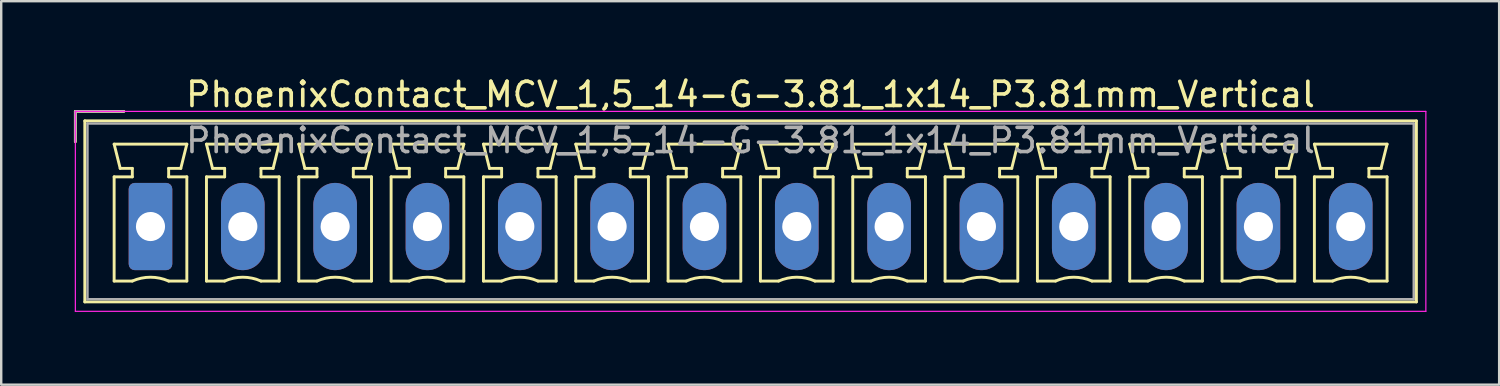
<source format=kicad_pcb>
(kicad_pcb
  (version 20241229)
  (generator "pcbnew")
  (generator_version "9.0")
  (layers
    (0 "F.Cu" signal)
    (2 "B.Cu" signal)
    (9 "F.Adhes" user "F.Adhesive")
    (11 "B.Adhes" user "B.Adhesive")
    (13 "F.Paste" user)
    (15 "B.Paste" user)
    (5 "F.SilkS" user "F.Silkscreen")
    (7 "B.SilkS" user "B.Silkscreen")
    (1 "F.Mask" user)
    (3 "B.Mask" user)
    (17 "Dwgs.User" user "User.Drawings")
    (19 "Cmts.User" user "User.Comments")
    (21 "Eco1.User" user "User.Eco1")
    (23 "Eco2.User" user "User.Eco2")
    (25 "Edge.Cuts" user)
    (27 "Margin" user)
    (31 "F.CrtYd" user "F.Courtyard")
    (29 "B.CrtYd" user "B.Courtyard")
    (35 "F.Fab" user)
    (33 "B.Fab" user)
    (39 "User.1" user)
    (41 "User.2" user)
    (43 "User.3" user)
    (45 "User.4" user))
  (footprint "PhoenixContact_MCV_1,5_14-G-3.81_1x14_P3.81mm_Vertical"
    (layer "F.Cu")
    (at 3.16 6.298)
    (property "Reference" "PhoenixContact_MCV_1,5_14-G-3.81_1x14_P3.81mm_Vertical" (at 24.76 -5.45 0) (layer "F.SilkS") (effects (font (size 1 1) (thickness 0.15))))
    (attr through_hole)
    (fp_line (start -3.1 -4.75) (end -1.1 -4.75) (stroke (width 0.12) (type solid)) (layer "F.SilkS"))
    (fp_line (start -3.1 -3.5) (end -3.1 -4.75) (stroke (width 0.12) (type solid)) (layer "F.SilkS"))
    (fp_line (start -2.71 -4.36) (end -2.71 3.11) (stroke (width 0.12) (type solid)) (layer "F.SilkS"))
    (fp_line (start -2.71 3.11) (end 52.24 3.11) (stroke (width 0.12) (type solid)) (layer "F.SilkS"))
    (fp_line (start -1.5 -3.4) (end 1.5 -3.4) (stroke (width 0.12) (type solid)) (layer "F.SilkS"))
    (fp_line (start -1.5 -2.05) (end -0.75 -2.05) (stroke (width 0.12) (type solid)) (layer "F.SilkS"))
    (fp_line (start -1.5 2.25) (end -1.5 -2.05) (stroke (width 0.12) (type solid)) (layer "F.SilkS"))
    (fp_line (start -1.25 -2.4) (end -1.5 -3.4) (stroke (width 0.12) (type solid)) (layer "F.SilkS"))
    (fp_line (start -0.75 -2.4) (end -1.25 -2.4) (stroke (width 0.12) (type solid)) (layer "F.SilkS"))
    (fp_line (start -0.75 -2.05) (end -0.75 -2.4) (stroke (width 0.12) (type solid)) (layer "F.SilkS"))
    (fp_line (start -0.75 2.25) (end -1.5 2.25) (stroke (width 0.12) (type solid)) (layer "F.SilkS"))
    (fp_line (start 0.75 -2.4) (end 0.75 -2.05) (stroke (width 0.12) (type solid)) (layer "F.SilkS"))
    (fp_line (start 0.75 -2.05) (end 1.5 -2.05) (stroke (width 0.12) (type solid)) (layer "F.SilkS"))
    (fp_line (start 1.25 -2.4) (end 0.75 -2.4) (stroke (width 0.12) (type solid)) (layer "F.SilkS"))
    (fp_line (start 1.5 -3.4) (end 1.25 -2.4) (stroke (width 0.12) (type solid)) (layer "F.SilkS"))
    (fp_line (start 1.5 -2.05) (end 1.5 2.25) (stroke (width 0.12) (type solid)) (layer "F.SilkS"))
    (fp_line (start 1.5 2.25) (end 0.75 2.25) (stroke (width 0.12) (type solid)) (layer "F.SilkS"))
    (fp_line (start 2.31 -3.4) (end 5.31 -3.4) (stroke (width 0.12) (type solid)) (layer "F.SilkS"))
    (fp_line (start 2.31 -2.05) (end 3.06 -2.05) (stroke (width 0.12) (type solid)) (layer "F.SilkS"))
    (fp_line (start 2.31 2.25) (end 2.31 -2.05) (stroke (width 0.12) (type solid)) (layer "F.SilkS"))
    (fp_line (start 2.56 -2.4) (end 2.31 -3.4) (stroke (width 0.12) (type solid)) (layer "F.SilkS"))
    (fp_line (start 3.06 -2.4) (end 2.56 -2.4) (stroke (width 0.12) (type solid)) (layer "F.SilkS"))
    (fp_line (start 3.06 -2.05) (end 3.06 -2.4) (stroke (width 0.12) (type solid)) (layer "F.SilkS"))
    (fp_line (start 3.06 2.25) (end 2.31 2.25) (stroke (width 0.12) (type solid)) (layer "F.SilkS"))
    (fp_line (start 4.56 -2.4) (end 4.56 -2.05) (stroke (width 0.12) (type solid)) (layer "F.SilkS"))
    (fp_line (start 4.56 -2.05) (end 5.31 -2.05) (stroke (width 0.12) (type solid)) (layer "F.SilkS"))
    (fp_line (start 5.06 -2.4) (end 4.56 -2.4) (stroke (width 0.12) (type solid)) (layer "F.SilkS"))
    (fp_line (start 5.31 -3.4) (end 5.06 -2.4) (stroke (width 0.12) (type solid)) (layer "F.SilkS"))
    (fp_line (start 5.31 -2.05) (end 5.31 2.25) (stroke (width 0.12) (type solid)) (layer "F.SilkS"))
    (fp_line (start 5.31 2.25) (end 4.56 2.25) (stroke (width 0.12) (type solid)) (layer "F.SilkS"))
    (fp_line (start 6.12 -3.4) (end 9.12 -3.4) (stroke (width 0.12) (type solid)) (layer "F.SilkS"))
    (fp_line (start 6.12 -2.05) (end 6.87 -2.05) (stroke (width 0.12) (type solid)) (layer "F.SilkS"))
    (fp_line (start 6.12 2.25) (end 6.12 -2.05) (stroke (width 0.12) (type solid)) (layer "F.SilkS"))
    (fp_line (start 6.37 -2.4) (end 6.12 -3.4) (stroke (width 0.12) (type solid)) (layer "F.SilkS"))
    (fp_line (start 6.87 -2.4) (end 6.37 -2.4) (stroke (width 0.12) (type solid)) (layer "F.SilkS"))
    (fp_line (start 6.87 -2.05) (end 6.87 -2.4) (stroke (width 0.12) (type solid)) (layer "F.SilkS"))
    (fp_line (start 6.87 2.25) (end 6.12 2.25) (stroke (width 0.12) (type solid)) (layer "F.SilkS"))
    (fp_line (start 8.37 -2.4) (end 8.37 -2.05) (stroke (width 0.12) (type solid)) (layer "F.SilkS"))
    (fp_line (start 8.37 -2.05) (end 9.12 -2.05) (stroke (width 0.12) (type solid)) (layer "F.SilkS"))
    (fp_line (start 8.87 -2.4) (end 8.37 -2.4) (stroke (width 0.12) (type solid)) (layer "F.SilkS"))
    (fp_line (start 9.12 -3.4) (end 8.87 -2.4) (stroke (width 0.12) (type solid)) (layer "F.SilkS"))
    (fp_line (start 9.12 -2.05) (end 9.12 2.25) (stroke (width 0.12) (type solid)) (layer "F.SilkS"))
    (fp_line (start 9.12 2.25) (end 8.37 2.25) (stroke (width 0.12) (type solid)) (layer "F.SilkS"))
    (fp_line (start 9.93 -3.4) (end 12.93 -3.4) (stroke (width 0.12) (type solid)) (layer "F.SilkS"))
    (fp_line (start 9.93 -2.05) (end 10.68 -2.05) (stroke (width 0.12) (type solid)) (layer "F.SilkS"))
    (fp_line (start 9.93 2.25) (end 9.93 -2.05) (stroke (width 0.12) (type solid)) (layer "F.SilkS"))
    (fp_line (start 10.18 -2.4) (end 9.93 -3.4) (stroke (width 0.12) (type solid)) (layer "F.SilkS"))
    (fp_line (start 10.68 -2.4) (end 10.18 -2.4) (stroke (width 0.12) (type solid)) (layer "F.SilkS"))
    (fp_line (start 10.68 -2.05) (end 10.68 -2.4) (stroke (width 0.12) (type solid)) (layer "F.SilkS"))
    (fp_line (start 10.68 2.25) (end 9.93 2.25) (stroke (width 0.12) (type solid)) (layer "F.SilkS"))
    (fp_line (start 12.18 -2.4) (end 12.18 -2.05) (stroke (width 0.12) (type solid)) (layer "F.SilkS"))
    (fp_line (start 12.18 -2.05) (end 12.93 -2.05) (stroke (width 0.12) (type solid)) (layer "F.SilkS"))
    (fp_line (start 12.68 -2.4) (end 12.18 -2.4) (stroke (width 0.12) (type solid)) (layer "F.SilkS"))
    (fp_line (start 12.93 -3.4) (end 12.68 -2.4) (stroke (width 0.12) (type solid)) (layer "F.SilkS"))
    (fp_line (start 12.93 -2.05) (end 12.93 2.25) (stroke (width 0.12) (type solid)) (layer "F.SilkS"))
    (fp_line (start 12.93 2.25) (end 12.18 2.25) (stroke (width 0.12) (type solid)) (layer "F.SilkS"))
    (fp_line (start 13.74 -3.4) (end 16.74 -3.4) (stroke (width 0.12) (type solid)) (layer "F.SilkS"))
    (fp_line (start 13.74 -2.05) (end 14.49 -2.05) (stroke (width 0.12) (type solid)) (layer "F.SilkS"))
    (fp_line (start 13.74 2.25) (end 13.74 -2.05) (stroke (width 0.12) (type solid)) (layer "F.SilkS"))
    (fp_line (start 13.99 -2.4) (end 13.74 -3.4) (stroke (width 0.12) (type solid)) (layer "F.SilkS"))
    (fp_line (start 14.49 -2.4) (end 13.99 -2.4) (stroke (width 0.12) (type solid)) (layer "F.SilkS"))
    (fp_line (start 14.49 -2.05) (end 14.49 -2.4) (stroke (width 0.12) (type solid)) (layer "F.SilkS"))
    (fp_line (start 14.49 2.25) (end 13.74 2.25) (stroke (width 0.12) (type solid)) (layer "F.SilkS"))
    (fp_line (start 15.99 -2.4) (end 15.99 -2.05) (stroke (width 0.12) (type solid)) (layer "F.SilkS"))
    (fp_line (start 15.99 -2.05) (end 16.74 -2.05) (stroke (width 0.12) (type solid)) (layer "F.SilkS"))
    (fp_line (start 16.49 -2.4) (end 15.99 -2.4) (stroke (width 0.12) (type solid)) (layer "F.SilkS"))
    (fp_line (start 16.74 -3.4) (end 16.49 -2.4) (stroke (width 0.12) (type solid)) (layer "F.SilkS"))
    (fp_line (start 16.74 -2.05) (end 16.74 2.25) (stroke (width 0.12) (type solid)) (layer "F.SilkS"))
    (fp_line (start 16.74 2.25) (end 15.99 2.25) (stroke (width 0.12) (type solid)) (layer "F.SilkS"))
    (fp_line (start 17.55 -3.4) (end 20.55 -3.4) (stroke (width 0.12) (type solid)) (layer "F.SilkS"))
    (fp_line (start 17.55 -2.05) (end 18.3 -2.05) (stroke (width 0.12) (type solid)) (layer "F.SilkS"))
    (fp_line (start 17.55 2.25) (end 17.55 -2.05) (stroke (width 0.12) (type solid)) (layer "F.SilkS"))
    (fp_line (start 17.8 -2.4) (end 17.55 -3.4) (stroke (width 0.12) (type solid)) (layer "F.SilkS"))
    (fp_line (start 18.3 -2.4) (end 17.8 -2.4) (stroke (width 0.12) (type solid)) (layer "F.SilkS"))
    (fp_line (start 18.3 -2.05) (end 18.3 -2.4) (stroke (width 0.12) (type solid)) (layer "F.SilkS"))
    (fp_line (start 18.3 2.25) (end 17.55 2.25) (stroke (width 0.12) (type solid)) (layer "F.SilkS"))
    (fp_line (start 19.8 -2.4) (end 19.8 -2.05) (stroke (width 0.12) (type solid)) (layer "F.SilkS"))
    (fp_line (start 19.8 -2.05) (end 20.55 -2.05) (stroke (width 0.12) (type solid)) (layer "F.SilkS"))
    (fp_line (start 20.3 -2.4) (end 19.8 -2.4) (stroke (width 0.12) (type solid)) (layer "F.SilkS"))
    (fp_line (start 20.55 -3.4) (end 20.3 -2.4) (stroke (width 0.12) (type solid)) (layer "F.SilkS"))
    (fp_line (start 20.55 -2.05) (end 20.55 2.25) (stroke (width 0.12) (type solid)) (layer "F.SilkS"))
    (fp_line (start 20.55 2.25) (end 19.8 2.25) (stroke (width 0.12) (type solid)) (layer "F.SilkS"))
    (fp_line (start 21.36 -3.4) (end 24.36 -3.4) (stroke (width 0.12) (type solid)) (layer "F.SilkS"))
    (fp_line (start 21.36 -2.05) (end 22.11 -2.05) (stroke (width 0.12) (type solid)) (layer "F.SilkS"))
    (fp_line (start 21.36 2.25) (end 21.36 -2.05) (stroke (width 0.12) (type solid)) (layer "F.SilkS"))
    (fp_line (start 21.61 -2.4) (end 21.36 -3.4) (stroke (width 0.12) (type solid)) (layer "F.SilkS"))
    (fp_line (start 22.11 -2.4) (end 21.61 -2.4) (stroke (width 0.12) (type solid)) (layer "F.SilkS"))
    (fp_line (start 22.11 -2.05) (end 22.11 -2.4) (stroke (width 0.12) (type solid)) (layer "F.SilkS"))
    (fp_line (start 22.11 2.25) (end 21.36 2.25) (stroke (width 0.12) (type solid)) (layer "F.SilkS"))
    (fp_line (start 23.61 -2.4) (end 23.61 -2.05) (stroke (width 0.12) (type solid)) (layer "F.SilkS"))
    (fp_line (start 23.61 -2.05) (end 24.36 -2.05) (stroke (width 0.12) (type solid)) (layer "F.SilkS"))
    (fp_line (start 24.11 -2.4) (end 23.61 -2.4) (stroke (width 0.12) (type solid)) (layer "F.SilkS"))
    (fp_line (start 24.36 -3.4) (end 24.11 -2.4) (stroke (width 0.12) (type solid)) (layer "F.SilkS"))
    (fp_line (start 24.36 -2.05) (end 24.36 2.25) (stroke (width 0.12) (type solid)) (layer "F.SilkS"))
    (fp_line (start 24.36 2.25) (end 23.61 2.25) (stroke (width 0.12) (type solid)) (layer "F.SilkS"))
    (fp_line (start 25.17 -3.4) (end 28.17 -3.4) (stroke (width 0.12) (type solid)) (layer "F.SilkS"))
    (fp_line (start 25.17 -2.05) (end 25.92 -2.05) (stroke (width 0.12) (type solid)) (layer "F.SilkS"))
    (fp_line (start 25.17 2.25) (end 25.17 -2.05) (stroke (width 0.12) (type solid)) (layer "F.SilkS"))
    (fp_line (start 25.42 -2.4) (end 25.17 -3.4) (stroke (width 0.12) (type solid)) (layer "F.SilkS"))
    (fp_line (start 25.92 -2.4) (end 25.42 -2.4) (stroke (width 0.12) (type solid)) (layer "F.SilkS"))
    (fp_line (start 25.92 -2.05) (end 25.92 -2.4) (stroke (width 0.12) (type solid)) (layer "F.SilkS"))
    (fp_line (start 25.92 2.25) (end 25.17 2.25) (stroke (width 0.12) (type solid)) (layer "F.SilkS"))
    (fp_line (start 27.42 -2.4) (end 27.42 -2.05) (stroke (width 0.12) (type solid)) (layer "F.SilkS"))
    (fp_line (start 27.42 -2.05) (end 28.17 -2.05) (stroke (width 0.12) (type solid)) (layer "F.SilkS"))
    (fp_line (start 27.92 -2.4) (end 27.42 -2.4) (stroke (width 0.12) (type solid)) (layer "F.SilkS"))
    (fp_line (start 28.17 -3.4) (end 27.92 -2.4) (stroke (width 0.12) (type solid)) (layer "F.SilkS"))
    (fp_line (start 28.17 -2.05) (end 28.17 2.25) (stroke (width 0.12) (type solid)) (layer "F.SilkS"))
    (fp_line (start 28.17 2.25) (end 27.42 2.25) (stroke (width 0.12) (type solid)) (layer "F.SilkS"))
    (fp_line (start 28.98 -3.4) (end 31.98 -3.4) (stroke (width 0.12) (type solid)) (layer "F.SilkS"))
    (fp_line (start 28.98 -2.05) (end 29.73 -2.05) (stroke (width 0.12) (type solid)) (layer "F.SilkS"))
    (fp_line (start 28.98 2.25) (end 28.98 -2.05) (stroke (width 0.12) (type solid)) (layer "F.SilkS"))
    (fp_line (start 29.23 -2.4) (end 28.98 -3.4) (stroke (width 0.12) (type solid)) (layer "F.SilkS"))
    (fp_line (start 29.73 -2.4) (end 29.23 -2.4) (stroke (width 0.12) (type solid)) (layer "F.SilkS"))
    (fp_line (start 29.73 -2.05) (end 29.73 -2.4) (stroke (width 0.12) (type solid)) (layer "F.SilkS"))
    (fp_line (start 29.73 2.25) (end 28.98 2.25) (stroke (width 0.12) (type solid)) (layer "F.SilkS"))
    (fp_line (start 31.23 -2.4) (end 31.23 -2.05) (stroke (width 0.12) (type solid)) (layer "F.SilkS"))
    (fp_line (start 31.23 -2.05) (end 31.98 -2.05) (stroke (width 0.12) (type solid)) (layer "F.SilkS"))
    (fp_line (start 31.73 -2.4) (end 31.23 -2.4) (stroke (width 0.12) (type solid)) (layer "F.SilkS"))
    (fp_line (start 31.98 -3.4) (end 31.73 -2.4) (stroke (width 0.12) (type solid)) (layer "F.SilkS"))
    (fp_line (start 31.98 -2.05) (end 31.98 2.25) (stroke (width 0.12) (type solid)) (layer "F.SilkS"))
    (fp_line (start 31.98 2.25) (end 31.23 2.25) (stroke (width 0.12) (type solid)) (layer "F.SilkS"))
    (fp_line (start 32.79 -3.4) (end 35.79 -3.4) (stroke (width 0.12) (type solid)) (layer "F.SilkS"))
    (fp_line (start 32.79 -2.05) (end 33.54 -2.05) (stroke (width 0.12) (type solid)) (layer "F.SilkS"))
    (fp_line (start 32.79 2.25) (end 32.79 -2.05) (stroke (width 0.12) (type solid)) (layer "F.SilkS"))
    (fp_line (start 33.04 -2.4) (end 32.79 -3.4) (stroke (width 0.12) (type solid)) (layer "F.SilkS"))
    (fp_line (start 33.54 -2.4) (end 33.04 -2.4) (stroke (width 0.12) (type solid)) (layer "F.SilkS"))
    (fp_line (start 33.54 -2.05) (end 33.54 -2.4) (stroke (width 0.12) (type solid)) (layer "F.SilkS"))
    (fp_line (start 33.54 2.25) (end 32.79 2.25) (stroke (width 0.12) (type solid)) (layer "F.SilkS"))
    (fp_line (start 35.04 -2.4) (end 35.04 -2.05) (stroke (width 0.12) (type solid)) (layer "F.SilkS"))
    (fp_line (start 35.04 -2.05) (end 35.79 -2.05) (stroke (width 0.12) (type solid)) (layer "F.SilkS"))
    (fp_line (start 35.54 -2.4) (end 35.04 -2.4) (stroke (width 0.12) (type solid)) (layer "F.SilkS"))
    (fp_line (start 35.79 -3.4) (end 35.54 -2.4) (stroke (width 0.12) (type solid)) (layer "F.SilkS"))
    (fp_line (start 35.79 -2.05) (end 35.79 2.25) (stroke (width 0.12) (type solid)) (layer "F.SilkS"))
    (fp_line (start 35.79 2.25) (end 35.04 2.25) (stroke (width 0.12) (type solid)) (layer "F.SilkS"))
    (fp_line (start 36.6 -3.4) (end 39.6 -3.4) (stroke (width 0.12) (type solid)) (layer "F.SilkS"))
    (fp_line (start 36.6 -2.05) (end 37.35 -2.05) (stroke (width 0.12) (type solid)) (layer "F.SilkS"))
    (fp_line (start 36.6 2.25) (end 36.6 -2.05) (stroke (width 0.12) (type solid)) (layer "F.SilkS"))
    (fp_line (start 36.85 -2.4) (end 36.6 -3.4) (stroke (width 0.12) (type solid)) (layer "F.SilkS"))
    (fp_line (start 37.35 -2.4) (end 36.85 -2.4) (stroke (width 0.12) (type solid)) (layer "F.SilkS"))
    (fp_line (start 37.35 -2.05) (end 37.35 -2.4) (stroke (width 0.12) (type solid)) (layer "F.SilkS"))
    (fp_line (start 37.35 2.25) (end 36.6 2.25) (stroke (width 0.12) (type solid)) (layer "F.SilkS"))
    (fp_line (start 38.85 -2.4) (end 38.85 -2.05) (stroke (width 0.12) (type solid)) (layer "F.SilkS"))
    (fp_line (start 38.85 -2.05) (end 39.6 -2.05) (stroke (width 0.12) (type solid)) (layer "F.SilkS"))
    (fp_line (start 39.35 -2.4) (end 38.85 -2.4) (stroke (width 0.12) (type solid)) (layer "F.SilkS"))
    (fp_line (start 39.6 -3.4) (end 39.35 -2.4) (stroke (width 0.12) (type solid)) (layer "F.SilkS"))
    (fp_line (start 39.6 -2.05) (end 39.6 2.25) (stroke (width 0.12) (type solid)) (layer "F.SilkS"))
    (fp_line (start 39.6 2.25) (end 38.85 2.25) (stroke (width 0.12) (type solid)) (layer "F.SilkS"))
    (fp_line (start 40.41 -3.4) (end 43.41 -3.4) (stroke (width 0.12) (type solid)) (layer "F.SilkS"))
    (fp_line (start 40.41 -2.05) (end 41.16 -2.05) (stroke (width 0.12) (type solid)) (layer "F.SilkS"))
    (fp_line (start 40.41 2.25) (end 40.41 -2.05) (stroke (width 0.12) (type solid)) (layer "F.SilkS"))
    (fp_line (start 40.66 -2.4) (end 40.41 -3.4) (stroke (width 0.12) (type solid)) (layer "F.SilkS"))
    (fp_line (start 41.16 -2.4) (end 40.66 -2.4) (stroke (width 0.12) (type solid)) (layer "F.SilkS"))
    (fp_line (start 41.16 -2.05) (end 41.16 -2.4) (stroke (width 0.12) (type solid)) (layer "F.SilkS"))
    (fp_line (start 41.16 2.25) (end 40.41 2.25) (stroke (width 0.12) (type solid)) (layer "F.SilkS"))
    (fp_line (start 42.66 -2.4) (end 42.66 -2.05) (stroke (width 0.12) (type solid)) (layer "F.SilkS"))
    (fp_line (start 42.66 -2.05) (end 43.41 -2.05) (stroke (width 0.12) (type solid)) (layer "F.SilkS"))
    (fp_line (start 43.16 -2.4) (end 42.66 -2.4) (stroke (width 0.12) (type solid)) (layer "F.SilkS"))
    (fp_line (start 43.41 -3.4) (end 43.16 -2.4) (stroke (width 0.12) (type solid)) (layer "F.SilkS"))
    (fp_line (start 43.41 -2.05) (end 43.41 2.25) (stroke (width 0.12) (type solid)) (layer "F.SilkS"))
    (fp_line (start 43.41 2.25) (end 42.66 2.25) (stroke (width 0.12) (type solid)) (layer "F.SilkS"))
    (fp_line (start 44.22 -3.4) (end 47.22 -3.4) (stroke (width 0.12) (type solid)) (layer "F.SilkS"))
    (fp_line (start 44.22 -2.05) (end 44.97 -2.05) (stroke (width 0.12) (type solid)) (layer "F.SilkS"))
    (fp_line (start 44.22 2.25) (end 44.22 -2.05) (stroke (width 0.12) (type solid)) (layer "F.SilkS"))
    (fp_line (start 44.47 -2.4) (end 44.22 -3.4) (stroke (width 0.12) (type solid)) (layer "F.SilkS"))
    (fp_line (start 44.97 -2.4) (end 44.47 -2.4) (stroke (width 0.12) (type solid)) (layer "F.SilkS"))
    (fp_line (start 44.97 -2.05) (end 44.97 -2.4) (stroke (width 0.12) (type solid)) (layer "F.SilkS"))
    (fp_line (start 44.97 2.25) (end 44.22 2.25) (stroke (width 0.12) (type solid)) (layer "F.SilkS"))
    (fp_line (start 46.47 -2.4) (end 46.47 -2.05) (stroke (width 0.12) (type solid)) (layer "F.SilkS"))
    (fp_line (start 46.47 -2.05) (end 47.22 -2.05) (stroke (width 0.12) (type solid)) (layer "F.SilkS"))
    (fp_line (start 46.97 -2.4) (end 46.47 -2.4) (stroke (width 0.12) (type solid)) (layer "F.SilkS"))
    (fp_line (start 47.22 -3.4) (end 46.97 -2.4) (stroke (width 0.12) (type solid)) (layer "F.SilkS"))
    (fp_line (start 47.22 -2.05) (end 47.22 2.25) (stroke (width 0.12) (type solid)) (layer "F.SilkS"))
    (fp_line (start 47.22 2.25) (end 46.47 2.25) (stroke (width 0.12) (type solid)) (layer "F.SilkS"))
    (fp_line (start 48.03 -3.4) (end 51.03 -3.4) (stroke (width 0.12) (type solid)) (layer "F.SilkS"))
    (fp_line (start 48.03 -2.05) (end 48.78 -2.05) (stroke (width 0.12) (type solid)) (layer "F.SilkS"))
    (fp_line (start 48.03 2.25) (end 48.03 -2.05) (stroke (width 0.12) (type solid)) (layer "F.SilkS"))
    (fp_line (start 48.28 -2.4) (end 48.03 -3.4) (stroke (width 0.12) (type solid)) (layer "F.SilkS"))
    (fp_line (start 48.78 -2.4) (end 48.28 -2.4) (stroke (width 0.12) (type solid)) (layer "F.SilkS"))
    (fp_line (start 48.78 -2.05) (end 48.78 -2.4) (stroke (width 0.12) (type solid)) (layer "F.SilkS"))
    (fp_line (start 48.78 2.25) (end 48.03 2.25) (stroke (width 0.12) (type solid)) (layer "F.SilkS"))
    (fp_line (start 50.28 -2.4) (end 50.28 -2.05) (stroke (width 0.12) (type solid)) (layer "F.SilkS"))
    (fp_line (start 50.28 -2.05) (end 51.03 -2.05) (stroke (width 0.12) (type solid)) (layer "F.SilkS"))
    (fp_line (start 50.78 -2.4) (end 50.28 -2.4) (stroke (width 0.12) (type solid)) (layer "F.SilkS"))
    (fp_line (start 51.03 -3.4) (end 50.78 -2.4) (stroke (width 0.12) (type solid)) (layer "F.SilkS"))
    (fp_line (start 51.03 -2.05) (end 51.03 2.25) (stroke (width 0.12) (type solid)) (layer "F.SilkS"))
    (fp_line (start 51.03 2.25) (end 50.28 2.25) (stroke (width 0.12) (type solid)) (layer "F.SilkS"))
    (fp_line (start 52.24 -4.36) (end -2.71 -4.36) (stroke (width 0.12) (type solid)) (layer "F.SilkS"))
    (fp_line (start 52.24 3.11) (end 52.24 -4.36) (stroke (width 0.12) (type solid)) (layer "F.SilkS"))
    (fp_arc (start -0.75 2.25) (mid -0.000193 2.09191) (end 0.749647 2.249844) (stroke (width 0.12) (type solid)) (layer "F.SilkS"))
    (fp_arc (start 3.06 2.25) (mid 3.809807 2.09191) (end 4.559647 2.249844) (stroke (width 0.12) (type solid)) (layer "F.SilkS"))
    (fp_arc (start 6.87 2.25) (mid 7.619807 2.09191) (end 8.369647 2.249844) (stroke (width 0.12) (type solid)) (layer "F.SilkS"))
    (fp_arc (start 10.68 2.25) (mid 11.429807 2.09191) (end 12.179647 2.249844) (stroke (width 0.12) (type solid)) (layer "F.SilkS"))
    (fp_arc (start 14.49 2.25) (mid 15.239807 2.09191) (end 15.989647 2.249844) (stroke (width 0.12) (type solid)) (layer "F.SilkS"))
    (fp_arc (start 18.3 2.25) (mid 19.049807 2.09191) (end 19.799647 2.249844) (stroke (width 0.12) (type solid)) (layer "F.SilkS"))
    (fp_arc (start 22.11 2.25) (mid 22.859807 2.09191) (end 23.609647 2.249844) (stroke (width 0.12) (type solid)) (layer "F.SilkS"))
    (fp_arc (start 25.92 2.25) (mid 26.669807 2.09191) (end 27.419647 2.249844) (stroke (width 0.12) (type solid)) (layer "F.SilkS"))
    (fp_arc (start 29.73 2.25) (mid 30.479807 2.09191) (end 31.229647 2.249844) (stroke (width 0.12) (type solid)) (layer "F.SilkS"))
    (fp_arc (start 33.54 2.25) (mid 34.289807 2.09191) (end 35.039647 2.249844) (stroke (width 0.12) (type solid)) (layer "F.SilkS"))
    (fp_arc (start 37.35 2.25) (mid 38.099807 2.09191) (end 38.849647 2.249844) (stroke (width 0.12) (type solid)) (layer "F.SilkS"))
    (fp_arc (start 41.16 2.25) (mid 41.909807 2.09191) (end 42.659647 2.249844) (stroke (width 0.12) (type solid)) (layer "F.SilkS"))
    (fp_arc (start 44.97 2.25) (mid 45.719807 2.09191) (end 46.469647 2.249844) (stroke (width 0.12) (type solid)) (layer "F.SilkS"))
    (fp_arc (start 48.78 2.25) (mid 49.529807 2.09191) (end 50.279647 2.249844) (stroke (width 0.12) (type solid)) (layer "F.SilkS"))
    (fp_line (start -3.1 -4.75) (end -3.1 3.5) (stroke (width 0.05) (type solid)) (layer "F.CrtYd"))
    (fp_line (start -3.1 3.5) (end 52.63 3.5) (stroke (width 0.05) (type solid)) (layer "F.CrtYd"))
    (fp_line (start 52.63 -4.75) (end -3.1 -4.75) (stroke (width 0.05) (type solid)) (layer "F.CrtYd"))
    (fp_line (start 52.63 3.5) (end 52.63 -4.75) (stroke (width 0.05) (type solid)) (layer "F.CrtYd"))
    (fp_line (start -3.1 -4.75) (end -1.1 -4.75) (stroke (width 0.1) (type solid)) (layer "F.Fab"))
    (fp_line (start -3.1 -3.5) (end -3.1 -4.75) (stroke (width 0.1) (type solid)) (layer "F.Fab"))
    (fp_line (start -2.6 -4.25) (end -2.6 3) (stroke (width 0.1) (type solid)) (layer "F.Fab"))
    (fp_line (start -2.6 3) (end 52.13 3) (stroke (width 0.1) (type solid)) (layer "F.Fab"))
    (fp_line (start 52.13 -4.25) (end -2.6 -4.25) (stroke (width 0.1) (type solid)) (layer "F.Fab"))
    (fp_line (start 52.13 3) (end 52.13 -4.25) (stroke (width 0.1) (type solid)) (layer "F.Fab"))
    (fp_text user "${REFERENCE}" (at 24.76 -3.55 0) (layer "F.Fab") (effects (font (size 1 1) (thickness 0.15))))
    (pad "1" thru_hole roundrect (at 0 0) (size 1.8 3.6) (drill 1.2) (layers "*.Cu" "*.Mask") (roundrect_rratio 0.139))
    (pad "2" thru_hole oval (at 3.81 0) (size 1.8 3.6) (drill 1.2) (layers "*.Cu" "*.Mask"))
    (pad "3" thru_hole oval (at 7.62 0) (size 1.8 3.6) (drill 1.2) (layers "*.Cu" "*.Mask"))
    (pad "4" thru_hole oval (at 11.43 0) (size 1.8 3.6) (drill 1.2) (layers "*.Cu" "*.Mask"))
    (pad "5" thru_hole oval (at 15.24 0) (size 1.8 3.6) (drill 1.2) (layers "*.Cu" "*.Mask"))
    (pad "6" thru_hole oval (at 19.05 0) (size 1.8 3.6) (drill 1.2) (layers "*.Cu" "*.Mask"))
    (pad "7" thru_hole oval (at 22.86 0) (size 1.8 3.6) (drill 1.2) (layers "*.Cu" "*.Mask"))
    (pad "8" thru_hole oval (at 26.67 0) (size 1.8 3.6) (drill 1.2) (layers "*.Cu" "*.Mask"))
    (pad "9" thru_hole oval (at 30.48 0) (size 1.8 3.6) (drill 1.2) (layers "*.Cu" "*.Mask"))
    (pad "10" thru_hole oval (at 34.29 0) (size 1.8 3.6) (drill 1.2) (layers "*.Cu" "*.Mask"))
    (pad "11" thru_hole oval (at 38.1 0) (size 1.8 3.6) (drill 1.2) (layers "*.Cu" "*.Mask"))
    (pad "12" thru_hole oval (at 41.91 0) (size 1.8 3.6) (drill 1.2) (layers "*.Cu" "*.Mask"))
    (pad "13" thru_hole oval (at 45.72 0) (size 1.8 3.6) (drill 1.2) (layers "*.Cu" "*.Mask"))
    (pad "14" thru_hole oval (at 49.53 0) (size 1.8 3.6) (drill 1.2) (layers "*.Cu" "*.Mask")))
  (gr_rect
    (start -3 -3)
    (end 58.815 12.823)
    (stroke (width 0.1) (type default))
    (fill no)
    (layer "Edge.Cuts")))
</source>
